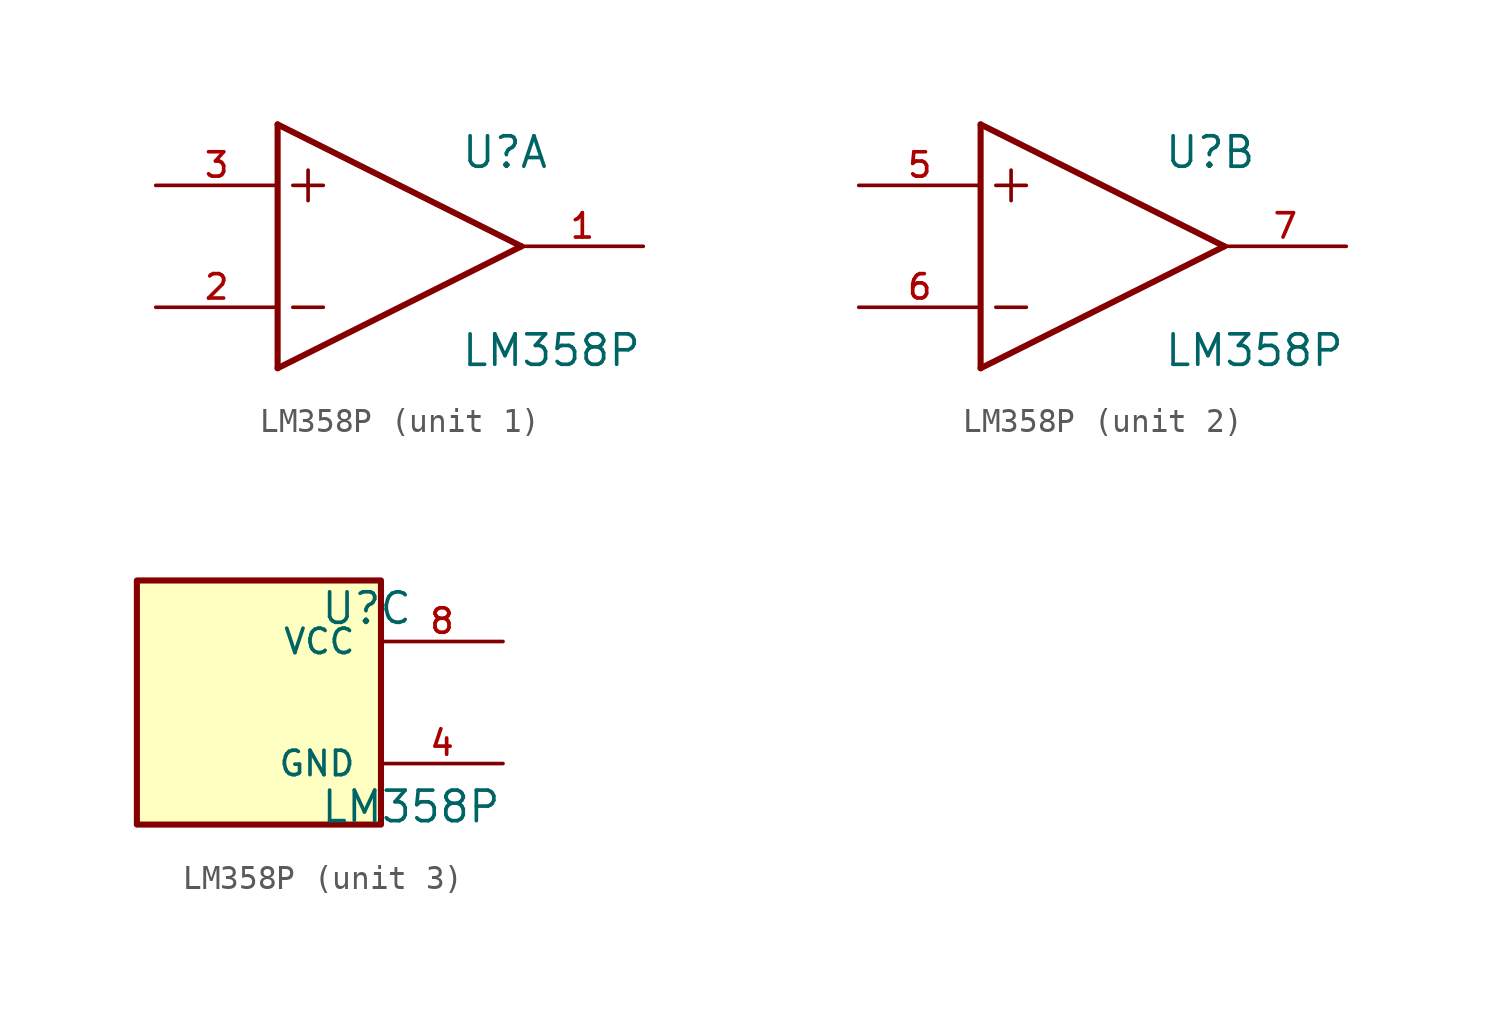
<source format=kicad_sym>
(kicad_symbol_lib
  (version 20241209)
  (generator "kicad_symbol_editor")
  (generator_version "9.0")
  (symbol "LM358P"
    (pin_names
      (offset 1.016))
    (property "Reference" "U"
      (at 2.54 3.175 0)
      (effects (font (size 1.27 1.27)) (justify left bottom)))
    (property "Value" "LM358P"
      (at 2.54 -5.08 0)
      (effects (font (size 1.27 1.27)) (justify left bottom)))
    (property "ki_locked" ""
      (at 0 0 0)
      (effects (font (size 1.27 1.27))))
    (symbol "LM358P_1_0"
      (polyline (pts (xy -5.08 5.08) (xy -5.08 -5.08)) (stroke (width 0.254) (type solid)) (fill (type none)))
      (polyline (pts (xy -5.08 -5.08) (xy 5.08 0)) (stroke (width 0.254) (type solid)) (fill (type none)))
      (polyline (pts (xy -4.445 2.54) (xy -3.175 2.54)) (stroke (width 0.152) (type solid)) (fill (type none)))
      (polyline (pts (xy -4.445 -2.54) (xy -3.175 -2.54)) (stroke (width 0.152) (type solid)) (fill (type none)))
      (polyline (pts (xy -3.81 3.175) (xy -3.81 1.905)) (stroke (width 0.152) (type solid)) (fill (type none)))
      (polyline (pts (xy 5.08 0) (xy -5.08 5.08)) (stroke (width 0.254) (type solid)) (fill (type none)))
      (pin input line (at -10.16 2.54 0) (length 5.08) (name "~" (effects (font (size 1.016 1.016)))) (number "3" (effects (font (size 1.016 1.016)))))
      (pin input line (at -10.16 -2.54 0) (length 5.08) (name "~" (effects (font (size 1.016 1.016)))) (number "2" (effects (font (size 1.016 1.016)))))
      (pin output line (at 10.16 0 180) (length 5.08) (name "~" (effects (font (size 1.016 1.016)))) (number "1" (effects (font (size 1.016 1.016))))))
    (symbol "LM358P_2_0"
      (polyline (pts (xy -5.08 5.08) (xy -5.08 -5.08)) (stroke (width 0.254) (type solid)) (fill (type none)))
      (polyline (pts (xy -5.08 -5.08) (xy 5.08 0)) (stroke (width 0.254) (type solid)) (fill (type none)))
      (polyline (pts (xy -4.445 2.54) (xy -3.175 2.54)) (stroke (width 0.152) (type solid)) (fill (type none)))
      (polyline (pts (xy -4.445 -2.54) (xy -3.175 -2.54)) (stroke (width 0.152) (type solid)) (fill (type none)))
      (polyline (pts (xy -3.81 3.175) (xy -3.81 1.905)) (stroke (width 0.152) (type solid)) (fill (type none)))
      (polyline (pts (xy 5.08 0) (xy -5.08 5.08)) (stroke (width 0.254) (type solid)) (fill (type none)))
      (pin input line (at -10.16 2.54 0) (length 5.08) (name "~" (effects (font (size 1.016 1.016)))) (number "5" (effects (font (size 1.016 1.016)))))
      (pin input line (at -10.16 -2.54 0) (length 5.08) (name "~" (effects (font (size 1.016 1.016)))) (number "6" (effects (font (size 1.016 1.016)))))
      (pin output line (at 10.16 0 180) (length 5.08) (name "~" (effects (font (size 1.016 1.016)))) (number "7" (effects (font (size 1.016 1.016))))))
    (symbol "LM358P_3_0"
      (rectangle (start -5.08 -5.08) (end 5.08 5.08) (stroke (width 0.254) (type solid)) (fill (type background)))
      (pin power_in line (at 10.16 2.54 180) (length 5.08) (name "VCC" (effects (font (size 1.016 1.016)))) (number "8" (effects (font (size 1.016 1.016)))))
      (pin power_in line (at 10.16 -2.54 180) (length 5.08) (name "GND" (effects (font (size 1.016 1.016)))) (number "4" (effects (font (size 1.016 1.016))))))))
</source>
